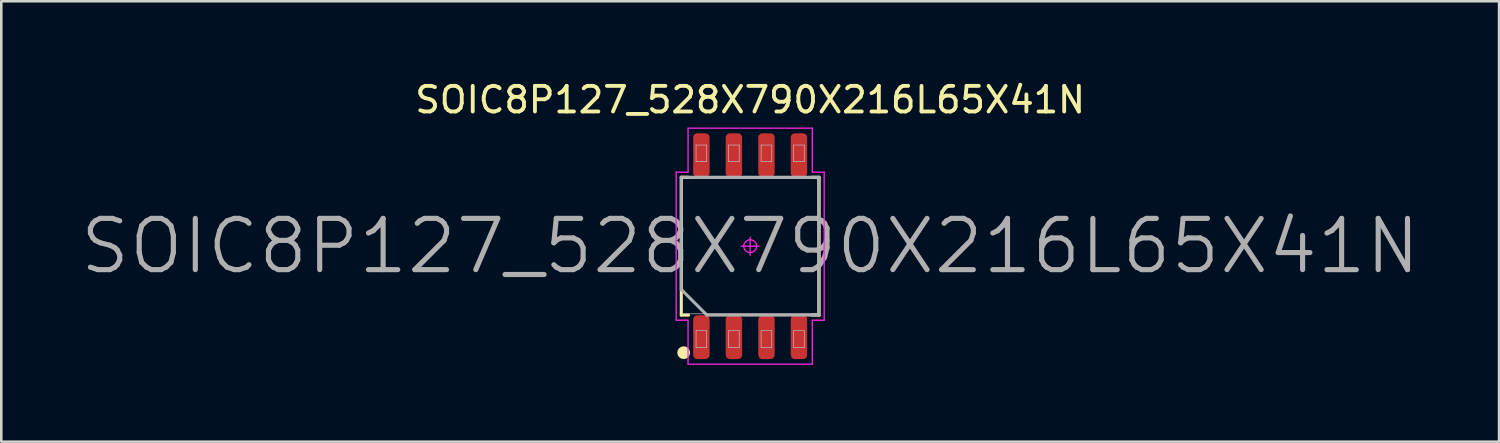
<source format=kicad_pcb>
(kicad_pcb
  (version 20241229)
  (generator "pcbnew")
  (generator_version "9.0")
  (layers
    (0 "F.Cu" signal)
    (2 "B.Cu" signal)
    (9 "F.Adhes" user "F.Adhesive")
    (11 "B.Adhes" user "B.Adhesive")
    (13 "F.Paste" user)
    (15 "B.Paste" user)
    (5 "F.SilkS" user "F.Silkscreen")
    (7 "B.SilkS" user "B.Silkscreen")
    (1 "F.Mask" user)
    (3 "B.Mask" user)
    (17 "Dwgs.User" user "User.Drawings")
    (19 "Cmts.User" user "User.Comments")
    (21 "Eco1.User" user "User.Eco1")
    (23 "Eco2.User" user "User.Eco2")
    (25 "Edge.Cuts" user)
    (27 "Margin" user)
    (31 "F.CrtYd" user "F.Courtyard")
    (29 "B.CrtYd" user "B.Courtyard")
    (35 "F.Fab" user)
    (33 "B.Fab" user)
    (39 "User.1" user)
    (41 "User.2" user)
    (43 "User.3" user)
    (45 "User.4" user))
  (footprint "SOIC8P127_528X790X216L65X41N"
    (layer "F.Cu")
    (at 26.243 6.563)
    (property "Reference" "SOIC8P127_528X790X216L65X41N" (at 0 -5.715 0) (layer "F.SilkS") (effects (font (size 1 1) (thickness 0.15))))
    (attr smd)
    (fp_line (start -2.69 -2.69) (end -2.406 -2.69) (stroke (width 0.12) (type solid)) (layer "F.SilkS"))
    (fp_line (start -2.69 2.69) (end -2.69 -2.69) (stroke (width 0.12) (type solid)) (layer "F.SilkS"))
    (fp_line (start -2.406 2.69) (end -2.69 2.69) (stroke (width 0.12) (type solid)) (layer "F.SilkS"))
    (fp_line (start 2.406 2.69) (end 2.69 2.69) (stroke (width 0.12) (type solid)) (layer "F.SilkS"))
    (fp_line (start 2.69 -2.69) (end 2.406 -2.69) (stroke (width 0.12) (type solid)) (layer "F.SilkS"))
    (fp_line (start 2.69 2.69) (end 2.69 -2.69) (stroke (width 0.12) (type solid)) (layer "F.SilkS"))
    (fp_circle (center -2.596 4.158) (end -2.596 4.283) (stroke (width 0.25) (type solid)) (fill no) (layer "F.SilkS"))
    (fp_line (start -2.64 -2.64) (end 2.64 -2.64) (stroke (width 0.025) (type solid)) (layer "Dwgs.User"))
    (fp_line (start -2.64 2.64) (end -2.64 -2.64) (stroke (width 0.025) (type solid)) (layer "Dwgs.User"))
    (fp_line (start -2.113 -3.95) (end -1.697 -3.95) (stroke (width 0.025) (type solid)) (layer "Dwgs.User"))
    (fp_line (start -2.113 -3.3) (end -2.113 -3.95) (stroke (width 0.025) (type solid)) (layer "Dwgs.User"))
    (fp_line (start -2.113 3.3) (end -1.697 3.3) (stroke (width 0.025) (type solid)) (layer "Dwgs.User"))
    (fp_line (start -2.113 3.95) (end -2.113 3.3) (stroke (width 0.025) (type solid)) (layer "Dwgs.User"))
    (fp_line (start -1.697 -3.95) (end -1.697 -3.3) (stroke (width 0.025) (type solid)) (layer "Dwgs.User"))
    (fp_line (start -1.697 -3.3) (end -2.113 -3.3) (stroke (width 0.025) (type solid)) (layer "Dwgs.User"))
    (fp_line (start -1.697 3.3) (end -1.697 3.95) (stroke (width 0.025) (type solid)) (layer "Dwgs.User"))
    (fp_line (start -1.697 3.95) (end -2.113 3.95) (stroke (width 0.025) (type solid)) (layer "Dwgs.User"))
    (fp_line (start -0.843 -3.95) (end -0.427 -3.95) (stroke (width 0.025) (type solid)) (layer "Dwgs.User"))
    (fp_line (start -0.843 -3.3) (end -0.843 -3.95) (stroke (width 0.025) (type solid)) (layer "Dwgs.User"))
    (fp_line (start -0.843 3.3) (end -0.427 3.3) (stroke (width 0.025) (type solid)) (layer "Dwgs.User"))
    (fp_line (start -0.843 3.95) (end -0.843 3.3) (stroke (width 0.025) (type solid)) (layer "Dwgs.User"))
    (fp_line (start -0.427 -3.95) (end -0.427 -3.3) (stroke (width 0.025) (type solid)) (layer "Dwgs.User"))
    (fp_line (start -0.427 -3.3) (end -0.843 -3.3) (stroke (width 0.025) (type solid)) (layer "Dwgs.User"))
    (fp_line (start -0.427 3.3) (end -0.427 3.95) (stroke (width 0.025) (type solid)) (layer "Dwgs.User"))
    (fp_line (start -0.427 3.95) (end -0.843 3.95) (stroke (width 0.025) (type solid)) (layer "Dwgs.User"))
    (fp_line (start 0.427 -3.95) (end 0.843 -3.95) (stroke (width 0.025) (type solid)) (layer "Dwgs.User"))
    (fp_line (start 0.427 -3.3) (end 0.427 -3.95) (stroke (width 0.025) (type solid)) (layer "Dwgs.User"))
    (fp_line (start 0.427 3.3) (end 0.843 3.3) (stroke (width 0.025) (type solid)) (layer "Dwgs.User"))
    (fp_line (start 0.427 3.95) (end 0.427 3.3) (stroke (width 0.025) (type solid)) (layer "Dwgs.User"))
    (fp_line (start 0.843 -3.95) (end 0.843 -3.3) (stroke (width 0.025) (type solid)) (layer "Dwgs.User"))
    (fp_line (start 0.843 -3.3) (end 0.427 -3.3) (stroke (width 0.025) (type solid)) (layer "Dwgs.User"))
    (fp_line (start 0.843 3.3) (end 0.843 3.95) (stroke (width 0.025) (type solid)) (layer "Dwgs.User"))
    (fp_line (start 0.843 3.95) (end 0.427 3.95) (stroke (width 0.025) (type solid)) (layer "Dwgs.User"))
    (fp_line (start 1.697 -3.95) (end 2.113 -3.95) (stroke (width 0.025) (type solid)) (layer "Dwgs.User"))
    (fp_line (start 1.697 -3.3) (end 1.697 -3.95) (stroke (width 0.025) (type solid)) (layer "Dwgs.User"))
    (fp_line (start 1.697 3.3) (end 2.113 3.3) (stroke (width 0.025) (type solid)) (layer "Dwgs.User"))
    (fp_line (start 1.697 3.95) (end 1.697 3.3) (stroke (width 0.025) (type solid)) (layer "Dwgs.User"))
    (fp_line (start 2.113 -3.95) (end 2.113 -3.3) (stroke (width 0.025) (type solid)) (layer "Dwgs.User"))
    (fp_line (start 2.113 -3.3) (end 1.697 -3.3) (stroke (width 0.025) (type solid)) (layer "Dwgs.User"))
    (fp_line (start 2.113 3.3) (end 2.113 3.95) (stroke (width 0.025) (type solid)) (layer "Dwgs.User"))
    (fp_line (start 2.113 3.95) (end 1.697 3.95) (stroke (width 0.025) (type solid)) (layer "Dwgs.User"))
    (fp_line (start 2.64 -2.64) (end 2.64 2.64) (stroke (width 0.025) (type solid)) (layer "Dwgs.User"))
    (fp_line (start 2.64 2.64) (end -2.64 2.64) (stroke (width 0.025) (type solid)) (layer "Dwgs.User"))
    (fp_line (start -2.89 -2.89) (end -2.89 2.89) (stroke (width 0.05) (type solid)) (layer "F.CrtYd"))
    (fp_line (start -2.89 2.89) (end -2.426 2.89) (stroke (width 0.05) (type solid)) (layer "F.CrtYd"))
    (fp_line (start -2.426 -4.608) (end -2.426 -2.89) (stroke (width 0.05) (type solid)) (layer "F.CrtYd"))
    (fp_line (start -2.426 -2.89) (end -2.89 -2.89) (stroke (width 0.05) (type solid)) (layer "F.CrtYd"))
    (fp_line (start -2.426 2.89) (end -2.426 4.608) (stroke (width 0.05) (type solid)) (layer "F.CrtYd"))
    (fp_line (start -2.426 4.608) (end 2.426 4.608) (stroke (width 0.05) (type solid)) (layer "F.CrtYd"))
    (fp_line (start -0.35 0) (end 0.35 0) (stroke (width 0.05) (type solid)) (layer "F.CrtYd"))
    (fp_line (start 0 -0.35) (end 0 0.35) (stroke (width 0.05) (type solid)) (layer "F.CrtYd"))
    (fp_line (start 2.426 -4.608) (end -2.426 -4.608) (stroke (width 0.05) (type solid)) (layer "F.CrtYd"))
    (fp_line (start 2.426 -2.89) (end 2.426 -4.608) (stroke (width 0.05) (type solid)) (layer "F.CrtYd"))
    (fp_line (start 2.426 2.89) (end 2.89 2.89) (stroke (width 0.05) (type solid)) (layer "F.CrtYd"))
    (fp_line (start 2.426 4.608) (end 2.426 2.89) (stroke (width 0.05) (type solid)) (layer "F.CrtYd"))
    (fp_line (start 2.89 -2.89) (end 2.426 -2.89) (stroke (width 0.05) (type solid)) (layer "F.CrtYd"))
    (fp_line (start 2.89 2.89) (end 2.89 -2.89) (stroke (width 0.05) (type solid)) (layer "F.CrtYd"))
    (fp_circle (center 0 0) (end 0 0.25) (stroke (width 0.05) (type solid)) (fill no) (layer "F.CrtYd"))
    (fp_line (start -2.69 -2.69) (end 2.69 -2.69) (stroke (width 0.12) (type solid)) (layer "F.Fab"))
    (fp_line (start -2.69 1.69) (end -2.69 -2.69) (stroke (width 0.12) (type solid)) (layer "F.Fab"))
    (fp_line (start -1.69 2.69) (end -2.69 1.69) (stroke (width 0.12) (type solid)) (layer "F.Fab"))
    (fp_line (start 2.69 -2.69) (end 2.69 2.69) (stroke (width 0.12) (type solid)) (layer "F.Fab"))
    (fp_line (start 2.69 2.69) (end -1.69 2.69) (stroke (width 0.12) (type solid)) (layer "F.Fab"))
    (fp_text user "${REFERENCE}" (at 0 0 0) (layer "F.Fab") (effects (font (size 2 2) (thickness 0.2))))
    (pad "1" smd roundrect (at -1.905 3.553 90) (size 1.709 0.641) (layers "F.Cu" "F.Mask" "F.Paste") (roundrect_rratio 0.25))
    (pad "2" smd roundrect (at -0.635 3.553 90) (size 1.709 0.641) (layers "F.Cu" "F.Mask" "F.Paste") (roundrect_rratio 0.25))
    (pad "3" smd roundrect (at 0.635 3.553 90) (size 1.709 0.641) (layers "F.Cu" "F.Mask" "F.Paste") (roundrect_rratio 0.25))
    (pad "4" smd roundrect (at 1.905 3.553 90) (size 1.709 0.641) (layers "F.Cu" "F.Mask" "F.Paste") (roundrect_rratio 0.25))
    (pad "5" smd roundrect (at 1.905 -3.553 90) (size 1.709 0.641) (layers "F.Cu" "F.Mask" "F.Paste") (roundrect_rratio 0.25))
    (pad "6" smd roundrect (at 0.635 -3.553 90) (size 1.709 0.641) (layers "F.Cu" "F.Mask" "F.Paste") (roundrect_rratio 0.25))
    (pad "7" smd roundrect (at -0.635 -3.553 90) (size 1.709 0.641) (layers "F.Cu" "F.Mask" "F.Paste") (roundrect_rratio 0.25))
    (pad "8" smd roundrect (at -1.905 -3.553 90) (size 1.709 0.641) (layers "F.Cu" "F.Mask" "F.Paste") (roundrect_rratio 0.25)))
  (gr_rect
    (start -3 -3)
    (end 55.486 14.196)
    (stroke (width 0.1) (type default))
    (fill no)
    (layer "Edge.Cuts")))
</source>
